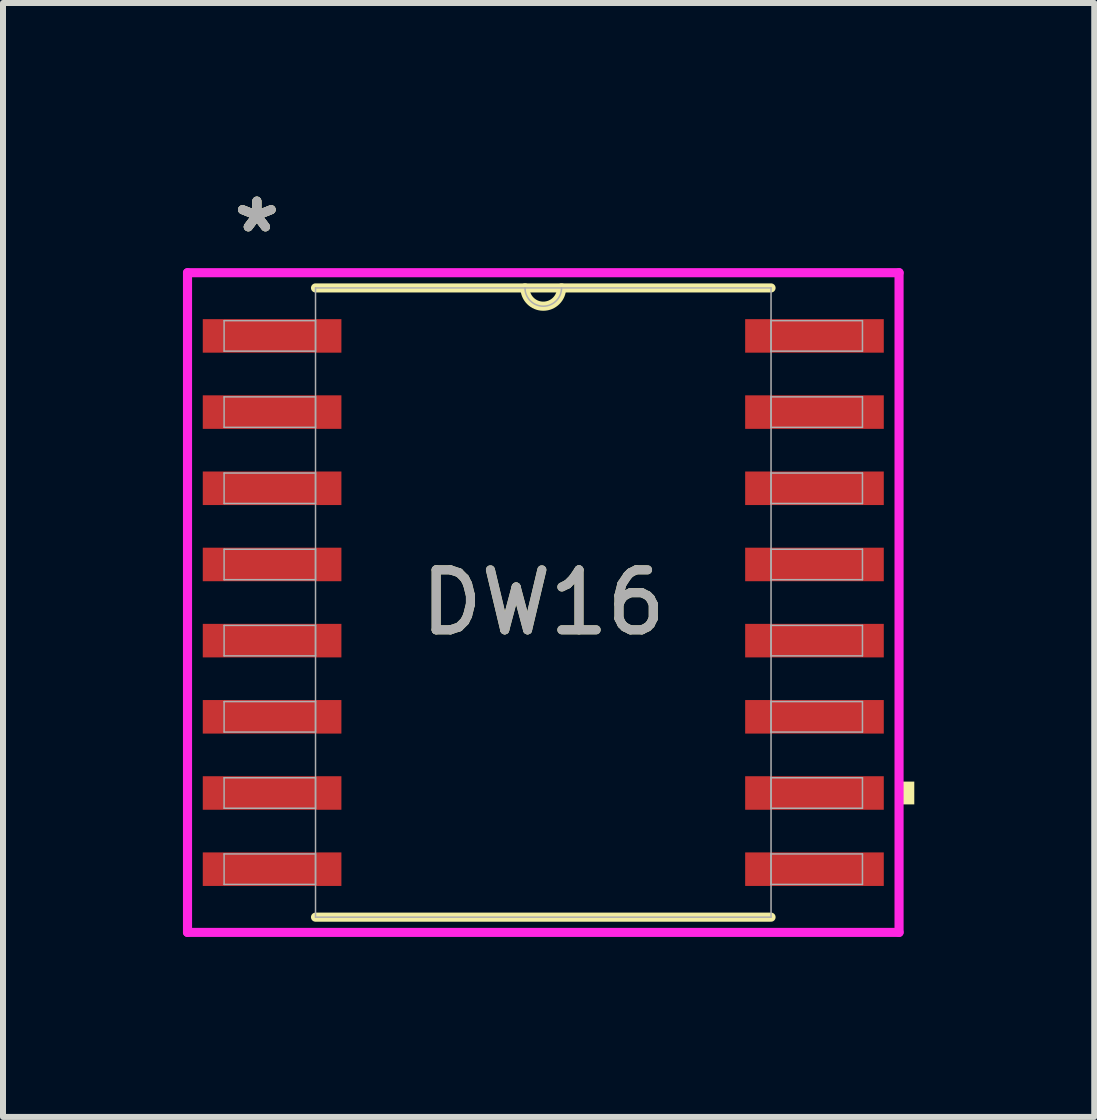
<source format=kicad_pcb>
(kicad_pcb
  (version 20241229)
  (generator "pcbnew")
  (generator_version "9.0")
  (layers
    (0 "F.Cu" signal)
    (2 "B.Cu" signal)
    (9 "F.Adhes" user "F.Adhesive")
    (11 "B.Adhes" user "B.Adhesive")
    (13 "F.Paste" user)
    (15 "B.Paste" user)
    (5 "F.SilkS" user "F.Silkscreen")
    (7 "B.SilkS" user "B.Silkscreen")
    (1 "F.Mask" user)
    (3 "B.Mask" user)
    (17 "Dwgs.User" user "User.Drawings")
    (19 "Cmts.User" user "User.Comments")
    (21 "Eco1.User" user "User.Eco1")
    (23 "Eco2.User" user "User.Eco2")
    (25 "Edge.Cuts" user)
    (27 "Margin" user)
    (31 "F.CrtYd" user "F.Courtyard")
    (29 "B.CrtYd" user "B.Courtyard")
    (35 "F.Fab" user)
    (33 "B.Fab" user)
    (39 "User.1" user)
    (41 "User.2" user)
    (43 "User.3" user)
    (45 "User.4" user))
  (footprint "DW16"
    (layer "F.Cu")
    (at 6.007 6.995)
    (property "Reference" "DW16" (at 0 0 0) (unlocked yes) (layer "F.SilkS") (effects (font (size 1 1) (thickness 0.15))))
    (attr smd)
    (fp_line (start -3.797 5.245) (end 3.797 5.245) (stroke (width 0.152) (type solid)) (layer "F.SilkS"))
    (fp_line (start 3.797 -5.245) (end -3.797 -5.245) (stroke (width 0.152) (type solid)) (layer "F.SilkS"))
    (fp_arc (start 0.3048 -5.2451) (mid 0 -4.9403) (end -0.3048 -5.2451) (stroke (width 0.1524) (type solid)) (layer "F.SilkS"))
    (fp_poly (pts (xy 6.185 2.985) (xy 6.185 3.365) (xy 5.931 3.365) (xy 5.931 2.985)) (stroke (width 0) (type solid)) (fill yes) (layer "F.SilkS"))
    (fp_line (start -5.931 -5.499) (end 5.931 -5.499) (stroke (width 0.152) (type solid)) (layer "F.CrtYd"))
    (fp_line (start -5.931 5.499) (end -5.931 -5.499) (stroke (width 0.152) (type solid)) (layer "F.CrtYd"))
    (fp_line (start 5.931 -5.499) (end 5.931 5.499) (stroke (width 0.152) (type solid)) (layer "F.CrtYd"))
    (fp_line (start 5.931 5.499) (end -5.931 5.499) (stroke (width 0.152) (type solid)) (layer "F.CrtYd"))
    (fp_line (start -5.321 -4.699) (end -5.321 -4.191) (stroke (width 0.025) (type solid)) (layer "F.Fab"))
    (fp_line (start -5.321 -4.191) (end -3.797 -4.191) (stroke (width 0.025) (type solid)) (layer "F.Fab"))
    (fp_line (start -5.321 -3.429) (end -5.321 -2.921) (stroke (width 0.025) (type solid)) (layer "F.Fab"))
    (fp_line (start -5.321 -2.921) (end -3.797 -2.921) (stroke (width 0.025) (type solid)) (layer "F.Fab"))
    (fp_line (start -5.321 -2.159) (end -5.321 -1.651) (stroke (width 0.025) (type solid)) (layer "F.Fab"))
    (fp_line (start -5.321 -1.651) (end -3.797 -1.651) (stroke (width 0.025) (type solid)) (layer "F.Fab"))
    (fp_line (start -5.321 -0.889) (end -5.321 -0.381) (stroke (width 0.025) (type solid)) (layer "F.Fab"))
    (fp_line (start -5.321 -0.381) (end -3.797 -0.381) (stroke (width 0.025) (type solid)) (layer "F.Fab"))
    (fp_line (start -5.321 0.381) (end -5.321 0.889) (stroke (width 0.025) (type solid)) (layer "F.Fab"))
    (fp_line (start -5.321 0.889) (end -3.797 0.889) (stroke (width 0.025) (type solid)) (layer "F.Fab"))
    (fp_line (start -5.321 1.651) (end -5.321 2.159) (stroke (width 0.025) (type solid)) (layer "F.Fab"))
    (fp_line (start -5.321 2.159) (end -3.797 2.159) (stroke (width 0.025) (type solid)) (layer "F.Fab"))
    (fp_line (start -5.321 2.921) (end -5.321 3.429) (stroke (width 0.025) (type solid)) (layer "F.Fab"))
    (fp_line (start -5.321 3.429) (end -3.797 3.429) (stroke (width 0.025) (type solid)) (layer "F.Fab"))
    (fp_line (start -5.321 4.191) (end -5.321 4.699) (stroke (width 0.025) (type solid)) (layer "F.Fab"))
    (fp_line (start -5.321 4.699) (end -3.797 4.699) (stroke (width 0.025) (type solid)) (layer "F.Fab"))
    (fp_line (start -3.797 -5.245) (end -3.797 5.245) (stroke (width 0.025) (type solid)) (layer "F.Fab"))
    (fp_line (start -3.797 -4.699) (end -5.321 -4.699) (stroke (width 0.025) (type solid)) (layer "F.Fab"))
    (fp_line (start -3.797 -4.191) (end -3.797 -4.699) (stroke (width 0.025) (type solid)) (layer "F.Fab"))
    (fp_line (start -3.797 -3.429) (end -5.321 -3.429) (stroke (width 0.025) (type solid)) (layer "F.Fab"))
    (fp_line (start -3.797 -2.921) (end -3.797 -3.429) (stroke (width 0.025) (type solid)) (layer "F.Fab"))
    (fp_line (start -3.797 -2.159) (end -5.321 -2.159) (stroke (width 0.025) (type solid)) (layer "F.Fab"))
    (fp_line (start -3.797 -1.651) (end -3.797 -2.159) (stroke (width 0.025) (type solid)) (layer "F.Fab"))
    (fp_line (start -3.797 -0.889) (end -5.321 -0.889) (stroke (width 0.025) (type solid)) (layer "F.Fab"))
    (fp_line (start -3.797 -0.381) (end -3.797 -0.889) (stroke (width 0.025) (type solid)) (layer "F.Fab"))
    (fp_line (start -3.797 0.381) (end -5.321 0.381) (stroke (width 0.025) (type solid)) (layer "F.Fab"))
    (fp_line (start -3.797 0.889) (end -3.797 0.381) (stroke (width 0.025) (type solid)) (layer "F.Fab"))
    (fp_line (start -3.797 1.651) (end -5.321 1.651) (stroke (width 0.025) (type solid)) (layer "F.Fab"))
    (fp_line (start -3.797 2.159) (end -3.797 1.651) (stroke (width 0.025) (type solid)) (layer "F.Fab"))
    (fp_line (start -3.797 2.921) (end -5.321 2.921) (stroke (width 0.025) (type solid)) (layer "F.Fab"))
    (fp_line (start -3.797 3.429) (end -3.797 2.921) (stroke (width 0.025) (type solid)) (layer "F.Fab"))
    (fp_line (start -3.797 4.191) (end -5.321 4.191) (stroke (width 0.025) (type solid)) (layer "F.Fab"))
    (fp_line (start -3.797 4.699) (end -3.797 4.191) (stroke (width 0.025) (type solid)) (layer "F.Fab"))
    (fp_line (start -3.797 5.245) (end 3.797 5.245) (stroke (width 0.025) (type solid)) (layer "F.Fab"))
    (fp_line (start 3.797 -5.245) (end -3.797 -5.245) (stroke (width 0.025) (type solid)) (layer "F.Fab"))
    (fp_line (start 3.797 -4.699) (end 3.797 -4.191) (stroke (width 0.025) (type solid)) (layer "F.Fab"))
    (fp_line (start 3.797 -4.191) (end 5.321 -4.191) (stroke (width 0.025) (type solid)) (layer "F.Fab"))
    (fp_line (start 3.797 -3.429) (end 3.797 -2.921) (stroke (width 0.025) (type solid)) (layer "F.Fab"))
    (fp_line (start 3.797 -2.921) (end 5.321 -2.921) (stroke (width 0.025) (type solid)) (layer "F.Fab"))
    (fp_line (start 3.797 -2.159) (end 3.797 -1.651) (stroke (width 0.025) (type solid)) (layer "F.Fab"))
    (fp_line (start 3.797 -1.651) (end 5.321 -1.651) (stroke (width 0.025) (type solid)) (layer "F.Fab"))
    (fp_line (start 3.797 -0.889) (end 3.797 -0.381) (stroke (width 0.025) (type solid)) (layer "F.Fab"))
    (fp_line (start 3.797 -0.381) (end 5.321 -0.381) (stroke (width 0.025) (type solid)) (layer "F.Fab"))
    (fp_line (start 3.797 0.381) (end 3.797 0.889) (stroke (width 0.025) (type solid)) (layer "F.Fab"))
    (fp_line (start 3.797 0.889) (end 5.321 0.889) (stroke (width 0.025) (type solid)) (layer "F.Fab"))
    (fp_line (start 3.797 1.651) (end 3.797 2.159) (stroke (width 0.025) (type solid)) (layer "F.Fab"))
    (fp_line (start 3.797 2.159) (end 5.321 2.159) (stroke (width 0.025) (type solid)) (layer "F.Fab"))
    (fp_line (start 3.797 2.921) (end 3.797 3.429) (stroke (width 0.025) (type solid)) (layer "F.Fab"))
    (fp_line (start 3.797 3.429) (end 5.321 3.429) (stroke (width 0.025) (type solid)) (layer "F.Fab"))
    (fp_line (start 3.797 4.191) (end 3.797 4.699) (stroke (width 0.025) (type solid)) (layer "F.Fab"))
    (fp_line (start 3.797 4.699) (end 5.321 4.699) (stroke (width 0.025) (type solid)) (layer "F.Fab"))
    (fp_line (start 3.797 5.245) (end 3.797 -5.245) (stroke (width 0.025) (type solid)) (layer "F.Fab"))
    (fp_line (start 5.321 -4.699) (end 3.797 -4.699) (stroke (width 0.025) (type solid)) (layer "F.Fab"))
    (fp_line (start 5.321 -4.191) (end 5.321 -4.699) (stroke (width 0.025) (type solid)) (layer "F.Fab"))
    (fp_line (start 5.321 -3.429) (end 3.797 -3.429) (stroke (width 0.025) (type solid)) (layer "F.Fab"))
    (fp_line (start 5.321 -2.921) (end 5.321 -3.429) (stroke (width 0.025) (type solid)) (layer "F.Fab"))
    (fp_line (start 5.321 -2.159) (end 3.797 -2.159) (stroke (width 0.025) (type solid)) (layer "F.Fab"))
    (fp_line (start 5.321 -1.651) (end 5.321 -2.159) (stroke (width 0.025) (type solid)) (layer "F.Fab"))
    (fp_line (start 5.321 -0.889) (end 3.797 -0.889) (stroke (width 0.025) (type solid)) (layer "F.Fab"))
    (fp_line (start 5.321 -0.381) (end 5.321 -0.889) (stroke (width 0.025) (type solid)) (layer "F.Fab"))
    (fp_line (start 5.321 0.381) (end 3.797 0.381) (stroke (width 0.025) (type solid)) (layer "F.Fab"))
    (fp_line (start 5.321 0.889) (end 5.321 0.381) (stroke (width 0.025) (type solid)) (layer "F.Fab"))
    (fp_line (start 5.321 1.651) (end 3.797 1.651) (stroke (width 0.025) (type solid)) (layer "F.Fab"))
    (fp_line (start 5.321 2.159) (end 5.321 1.651) (stroke (width 0.025) (type solid)) (layer "F.Fab"))
    (fp_line (start 5.321 2.921) (end 3.797 2.921) (stroke (width 0.025) (type solid)) (layer "F.Fab"))
    (fp_line (start 5.321 3.429) (end 5.321 2.921) (stroke (width 0.025) (type solid)) (layer "F.Fab"))
    (fp_line (start 5.321 4.191) (end 3.797 4.191) (stroke (width 0.025) (type solid)) (layer "F.Fab"))
    (fp_line (start 5.321 4.699) (end 5.321 4.191) (stroke (width 0.025) (type solid)) (layer "F.Fab"))
    (fp_arc (start 0.3048 -5.2451) (mid 0 -4.9403) (end -0.3048 -5.2451) (stroke (width 0.0254) (type solid)) (layer "F.Fab"))
    (fp_text user "*" (at -4.775 -6.147 0) (layer "F.SilkS") (effects (font (size 1 1) (thickness 0.15))))
    (fp_text user "*" (at -4.775 -6.147 0) (unlocked yes) (layer "F.SilkS") (effects (font (size 1 1) (thickness 0.15))))
    (fp_text user "*" (at -4.775 -6.147 0) (layer "F.Fab") (effects (font (size 1 1) (thickness 0.15))))
    (fp_text user "*" (at -4.775 -6.147 0) (unlocked yes) (layer "F.Fab") (effects (font (size 1 1) (thickness 0.15))))
    (fp_text user "${REFERENCE}" (at 0 0 0) (unlocked yes) (layer "F.Fab") (effects (font (size 1 1) (thickness 0.15))))
    (pad "1" smd rect (at -4.521 -4.445) (size 2.311 0.559) (layers "F.Cu" "F.Mask" "F.Paste"))
    (pad "2" smd rect (at -4.521 -3.175) (size 2.311 0.559) (layers "F.Cu" "F.Mask" "F.Paste"))
    (pad "3" smd rect (at -4.521 -1.905) (size 2.311 0.559) (layers "F.Cu" "F.Mask" "F.Paste"))
    (pad "4" smd rect (at -4.521 -0.635) (size 2.311 0.559) (layers "F.Cu" "F.Mask" "F.Paste"))
    (pad "5" smd rect (at -4.521 0.635) (size 2.311 0.559) (layers "F.Cu" "F.Mask" "F.Paste"))
    (pad "6" smd rect (at -4.521 1.905) (size 2.311 0.559) (layers "F.Cu" "F.Mask" "F.Paste"))
    (pad "7" smd rect (at -4.521 3.175) (size 2.311 0.559) (layers "F.Cu" "F.Mask" "F.Paste"))
    (pad "8" smd rect (at -4.521 4.445) (size 2.311 0.559) (layers "F.Cu" "F.Mask" "F.Paste"))
    (pad "9" smd rect (at 4.521 4.445) (size 2.311 0.559) (layers "F.Cu" "F.Mask" "F.Paste"))
    (pad "10" smd rect (at 4.521 3.175) (size 2.311 0.559) (layers "F.Cu" "F.Mask" "F.Paste"))
    (pad "11" smd rect (at 4.521 1.905) (size 2.311 0.559) (layers "F.Cu" "F.Mask" "F.Paste"))
    (pad "12" smd rect (at 4.521 0.635) (size 2.311 0.559) (layers "F.Cu" "F.Mask" "F.Paste"))
    (pad "13" smd rect (at 4.521 -0.635) (size 2.311 0.559) (layers "F.Cu" "F.Mask" "F.Paste"))
    (pad "14" smd rect (at 4.521 -1.905) (size 2.311 0.559) (layers "F.Cu" "F.Mask" "F.Paste"))
    (pad "15" smd rect (at 4.521 -3.175) (size 2.311 0.559) (layers "F.Cu" "F.Mask" "F.Paste"))
    (pad "16" smd rect (at 4.521 -4.445) (size 2.311 0.559) (layers "F.Cu" "F.Mask" "F.Paste")))
  (gr_rect
    (start -3 -3)
    (end 15.192 15.57)
    (stroke (width 0.1) (type default))
    (fill no)
    (layer "Edge.Cuts")))
</source>
